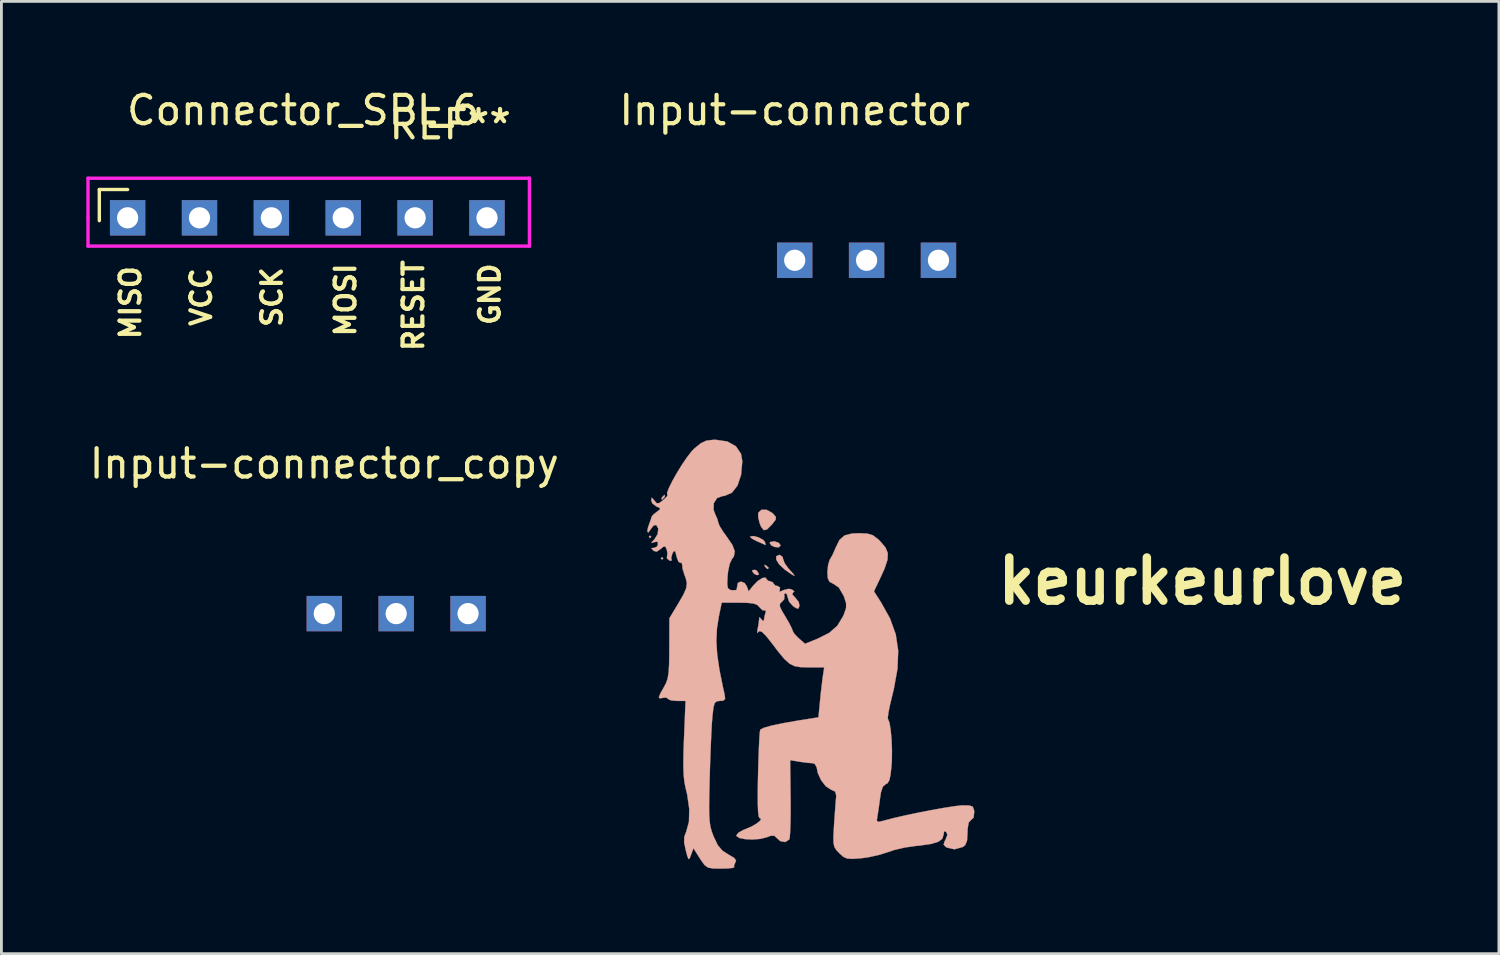
<source format=kicad_pcb>
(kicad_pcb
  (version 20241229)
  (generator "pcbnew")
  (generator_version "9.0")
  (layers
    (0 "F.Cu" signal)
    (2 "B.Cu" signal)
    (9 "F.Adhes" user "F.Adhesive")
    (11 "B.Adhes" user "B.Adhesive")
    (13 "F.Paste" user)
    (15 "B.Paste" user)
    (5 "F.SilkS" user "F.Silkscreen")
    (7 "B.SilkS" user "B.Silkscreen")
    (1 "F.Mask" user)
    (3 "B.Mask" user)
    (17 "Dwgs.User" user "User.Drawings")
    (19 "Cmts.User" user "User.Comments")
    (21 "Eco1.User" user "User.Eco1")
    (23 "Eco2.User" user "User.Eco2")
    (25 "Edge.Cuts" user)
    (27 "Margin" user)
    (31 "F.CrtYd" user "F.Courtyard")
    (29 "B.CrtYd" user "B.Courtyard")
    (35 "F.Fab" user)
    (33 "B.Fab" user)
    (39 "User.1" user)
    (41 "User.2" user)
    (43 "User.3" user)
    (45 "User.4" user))
  (footprint "Input-connector"
    (layer "F.Cu")
    (at 25.035 6.148)
    (property "Reference" "Input-connector" (at 0 -5.3 0) (layer "F.SilkS") (effects (font (size 1 1) (thickness 0.15))))
    (attr through_hole)
    (pad "1" thru_hole rect (at 0 0) (size 1.25 1.25) (drill 0.75) (layers "*.Cu" "*.Mask"))
    (pad "2" thru_hole rect (at 2.54 0) (size 1.25 1.25) (drill 0.75) (layers "*.Cu" "*.Mask"))
    (pad "3" thru_hole rect (at 5.08 0) (size 1.25 1.25) (drill 0.75) (layers "*.Cu" "*.Mask")))
  (footprint "Connector_SPI_6"
    (layer "F.Cu")
    (at 7.66 1.848)
    (property "Reference" "Connector_SPI_6" (at 0 -1 0) (layer "F.SilkS") (effects (font (size 1 1) (thickness 0.15))))
    (attr through_hole)
    (fp_line (start -7.2 1.8) (end -6.2 1.8) (stroke (width 0.12) (type solid)) (layer "F.SilkS"))
    (fp_line (start -7.2 2.9) (end -7.2 1.8) (stroke (width 0.12) (type solid)) (layer "F.SilkS"))
    (fp_line (start -7.6 1.4) (end 8 1.4) (stroke (width 0.12) (type solid)) (layer "F.CrtYd"))
    (fp_line (start -7.6 2.8) (end -7.6 1.4) (stroke (width 0.12) (type solid)) (layer "F.CrtYd"))
    (fp_line (start -7.6 3.8) (end -7.6 2.8) (stroke (width 0.12) (type solid)) (layer "F.CrtYd"))
    (fp_line (start 8 1.4) (end 8 3.8) (stroke (width 0.12) (type solid)) (layer "F.CrtYd"))
    (fp_line (start 8 3.8) (end -7.6 3.8) (stroke (width 0.12) (type solid)) (layer "F.CrtYd"))
    (fp_text user "SCK" (at -1.1 5.6 90) (layer "F.SilkS") (effects (font (size 0.7 0.7) (thickness 0.15))))
    (fp_text user "VCC" (at -3.6 5.6 90) (layer "F.SilkS") (effects (font (size 0.7 0.7) (thickness 0.15))))
    (fp_text user "RESET" (at 3.9 5.9 90) (layer "F.SilkS") (effects (font (size 0.7 0.7) (thickness 0.15))))
    (fp_text user "GND" (at 6.6 5.5 90) (layer "F.SilkS") (effects (font (size 0.7 0.7) (thickness 0.15))))
    (fp_text user "REF**" (at 5.2 -0.5 0) (layer "F.SilkS") (effects (font (size 1 1) (thickness 0.15))))
    (fp_text user "MISO" (at -6.1 5.8 90) (layer "F.SilkS") (effects (font (size 0.7 0.7) (thickness 0.15))))
    (fp_text user "MOSI" (at 1.5 5.7 90) (layer "F.SilkS") (effects (font (size 0.7 0.7) (thickness 0.15))))
    (pad "1" thru_hole rect (at -6.2 2.8) (size 1.25 1.25) (drill 0.75) (layers "*.Cu" "*.Mask"))
    (pad "2" thru_hole rect (at -3.66 2.8) (size 1.25 1.25) (drill 0.75) (layers "*.Cu" "*.Mask"))
    (pad "3" thru_hole rect (at -1.12 2.8) (size 1.25 1.25) (drill 0.75) (layers "*.Cu" "*.Mask"))
    (pad "4" thru_hole rect (at 1.42 2.8) (size 1.25 1.25) (drill 0.75) (layers "*.Cu" "*.Mask"))
    (pad "5" thru_hole rect (at 3.96 2.8) (size 1.25 1.25) (drill 0.75) (layers "*.Cu" "*.Mask"))
    (pad "6" thru_hole rect (at 6.5 2.8) (size 1.25 1.25) (drill 0.75) (layers "*.Cu" "*.Mask")))
  (footprint "Input-connector_copy"
    (layer "F.Cu")
    (at 8.411 18.635)
    (property "Reference" "Input-connector_copy" (at 0 -5.3 0) (layer "F.SilkS") (effects (font (size 1 1) (thickness 0.15))))
    (attr through_hole)
    (pad "1" thru_hole rect (at 0 0) (size 1.25 1.25) (drill 0.75) (layers "*.Cu" "*.Mask"))
    (pad "2" thru_hole rect (at 2.54 0) (size 1.25 1.25) (drill 0.75) (layers "*.Cu" "*.Mask"))
    (pad "3" thru_hole rect (at 5.08 0) (size 1.25 1.25) (drill 0.75) (layers "*.Cu" "*.Mask")))
  (footprint "keurkeurlove"
    (layer "F.Cu")
    (at 25.469 20.027)
    (property "Reference" "keurkeurlove" (at 13.97 -2.54 0) (layer "F.SilkS") (effects (font (size 1.524 1.524) (thickness 0.3))))
    (attr through_hole)
    (fp_poly (pts (xy -5.503 -4.106) (xy -5.546 -4.064) (xy -5.588 -4.106) (xy -5.546 -4.149) (xy -5.503 -4.106)) (stroke (width 0.01) (type solid)) (fill yes) (layer "B.SilkS"))
    (fp_poly (pts (xy -5.08 -3.344) (xy -5.122 -3.302) (xy -5.165 -3.344) (xy -5.122 -3.387) (xy -5.08 -3.344)) (stroke (width 0.01) (type solid)) (fill yes) (layer "B.SilkS"))
    (fp_poly (pts (xy -1.761 -2.896) (xy -1.695 -2.783) (xy -1.758 -2.75) (xy -1.863 -2.794) (xy -1.937 -2.887) (xy -1.922 -2.932) (xy -1.819 -2.937) (xy -1.761 -2.896)) (stroke (width 0.01) (type solid)) (fill yes) (layer "B.SilkS"))
    (fp_poly (pts (xy -1.452 -3.098) (xy -1.362 -3.02) (xy -1.355 -3.001) (xy -1.395 -2.966) (xy -1.479 -3.044) (xy -1.49 -3.061) (xy -1.5 -3.119) (xy -1.452 -3.098)) (stroke (width 0.01) (type solid)) (fill yes) (layer "B.SilkS"))
    (fp_poly (pts (xy -5.022 -5.533) (xy -5.038 -5.503) (xy -5.117 -5.422) (xy -5.132 -5.419) (xy -5.138 -5.473) (xy -5.122 -5.503) (xy -5.043 -5.584) (xy -5.028 -5.588) (xy -5.022 -5.533)) (stroke (width 0.01) (type solid)) (fill yes) (layer "B.SilkS"))
    (fp_poly (pts (xy -0.998 -3.893) (xy -0.931 -3.801) (xy -0.995 -3.734) (xy -1.144 -3.747) (xy -1.258 -3.801) (xy -1.32 -3.888) (xy -1.287 -3.927) (xy -1.146 -3.946) (xy -0.998 -3.893)) (stroke (width 0.01) (type solid)) (fill yes) (layer "B.SilkS"))
    (fp_poly (pts (xy -1.711 -4.086) (xy -1.55 -3.999) (xy -1.49 -3.929) (xy -1.46 -3.828) (xy -1.463 -3.817) (xy -1.545 -3.852) (xy -1.722 -3.929) (xy -1.767 -3.948) (xy -1.94 -4.038) (xy -2.012 -4.105) (xy -2.01 -4.115) (xy -1.89 -4.134) (xy -1.711 -4.086)) (stroke (width 0.01) (type solid)) (fill yes) (layer "B.SilkS"))
    (fp_poly (pts (xy -0.865 -3.402) (xy -0.847 -3.328) (xy -0.791 -3.176) (xy -0.654 -2.985) (xy -0.619 -2.947) (xy -0.47 -2.782) (xy -0.441 -2.725) (xy -0.537 -2.774) (xy -0.76 -2.93) (xy -0.781 -2.945) (xy -0.979 -3.126) (xy -1.085 -3.296) (xy -1.087 -3.422) (xy -0.974 -3.471) (xy -0.865 -3.402)) (stroke (width 0.01) (type solid)) (fill yes) (layer "B.SilkS"))
    (fp_poly (pts (xy -1.422 -5.059) (xy -1.225 -4.949) (xy -1.199 -4.924) (xy -1.102 -4.812) (xy -1.104 -4.717) (xy -1.212 -4.573) (xy -1.237 -4.543) (xy -1.41 -4.369) (xy -1.527 -4.34) (xy -1.621 -4.46) (xy -1.67 -4.578) (xy -1.725 -4.795) (xy -1.723 -4.957) (xy -1.722 -4.959) (xy -1.606 -5.064) (xy -1.422 -5.059)) (stroke (width 0.01) (type solid)) (fill yes) (layer "B.SilkS"))
    (fp_poly (pts (xy -2.816 -7.475) (xy -2.512 -7.305) (xy -2.331 -7.039) (xy -2.286 -6.776) (xy -2.33 -6.292) (xy -2.456 -5.916) (xy -2.654 -5.663) (xy -2.916 -5.552) (xy -2.975 -5.548) (xy -3.178 -5.475) (xy -3.294 -5.296) (xy -3.301 -5.059) (xy -3.251 -4.924) (xy -3.166 -4.73) (xy -3.133 -4.6) (xy -3.085 -4.482) (xy -2.96 -4.283) (xy -2.836 -4.112) (xy -2.634 -3.815) (xy -2.552 -3.595) (xy -2.583 -3.417) (xy -2.659 -3.309) (xy -2.731 -3.152) (xy -2.787 -2.894) (xy -2.807 -2.709) (xy -2.818 -2.441) (xy -2.798 -2.298) (xy -2.731 -2.236) (xy -2.641 -2.216) (xy -2.495 -2.225) (xy -2.47 -2.33) (xy -2.471 -2.34) (xy -2.442 -2.479) (xy -2.331 -2.524) (xy -2.202 -2.471) (xy -2.131 -2.366) (xy -2.062 -2.179) (xy -1.899 -2.385) (xy -1.742 -2.544) (xy -1.584 -2.646) (xy -1.47 -2.67) (xy -1.439 -2.622) (xy -1.371 -2.549) (xy -1.312 -2.54) (xy -1.2 -2.494) (xy -1.185 -2.455) (xy -1.116 -2.382) (xy -1.049 -2.371) (xy -0.953 -2.318) (xy -0.961 -2.245) (xy -0.974 -2.164) (xy -0.886 -2.197) (xy -0.855 -2.216) (xy -0.649 -2.268) (xy -0.54 -2.247) (xy -0.446 -2.181) (xy -0.487 -2.142) (xy -0.524 -2.075) (xy -0.414 -1.957) (xy -0.291 -1.8) (xy -0.266 -1.666) (xy -0.302 -1.57) (xy -0.382 -1.584) (xy -0.487 -1.653) (xy -0.63 -1.81) (xy -0.677 -1.952) (xy -0.716 -2.087) (xy -0.767 -2.117) (xy -0.814 -2.063) (xy -0.796 -2.019) (xy -0.806 -1.899) (xy -0.881 -1.816) (xy -0.954 -1.744) (xy -0.961 -1.653) (xy -0.891 -1.499) (xy -0.766 -1.29) (xy -0.626 -1.05) (xy -0.533 -0.864) (xy -0.508 -0.789) (xy -0.45 -0.683) (xy -0.307 -0.534) (xy -0.288 -0.517) (xy -0.068 -0.326) (xy 0.38 -0.508) (xy 0.789 -0.714) (xy 1.073 -0.965) (xy 1.277 -1.303) (xy 1.305 -1.367) (xy 1.38 -1.583) (xy 1.382 -1.76) (xy 1.31 -1.987) (xy 1.298 -2.018) (xy 1.124 -2.315) (xy 0.941 -2.439) (xy 0.796 -2.516) (xy 0.733 -2.647) (xy 0.722 -2.857) (xy 0.745 -3.104) (xy 0.798 -3.288) (xy 0.814 -3.313) (xy 0.903 -3.468) (xy 1.003 -3.694) (xy 1.015 -3.725) (xy 1.148 -3.997) (xy 1.324 -4.153) (xy 1.587 -4.222) (xy 1.845 -4.233) (xy 2.132 -4.22) (xy 2.327 -4.162) (xy 2.505 -4.028) (xy 2.591 -3.945) (xy 2.771 -3.734) (xy 2.856 -3.53) (xy 2.845 -3.293) (xy 2.741 -2.982) (xy 2.623 -2.719) (xy 2.367 -2.179) (xy 2.618 -1.788) (xy 2.937 -1.215) (xy 3.137 -0.658) (xy 3.223 -0.08) (xy 3.199 0.553) (xy 3.068 1.276) (xy 3.014 1.499) (xy 2.932 1.839) (xy 2.877 2.115) (xy 2.855 2.287) (xy 2.86 2.324) (xy 2.913 2.458) (xy 2.957 2.716) (xy 2.988 3.056) (xy 3.003 3.433) (xy 2.999 3.803) (xy 2.989 3.97) (xy 2.952 4.307) (xy 2.906 4.509) (xy 2.84 4.609) (xy 2.787 4.634) (xy 2.683 4.718) (xy 2.614 4.924) (xy 2.585 5.109) (xy 2.544 5.412) (xy 2.504 5.682) (xy 2.487 5.774) (xy 2.468 5.925) (xy 2.521 5.969) (xy 2.686 5.932) (xy 2.725 5.921) (xy 3.048 5.836) (xy 3.463 5.741) (xy 3.928 5.643) (xy 4.402 5.551) (xy 4.844 5.472) (xy 5.212 5.414) (xy 5.466 5.385) (xy 5.503 5.384) (xy 5.739 5.388) (xy 5.856 5.431) (xy 5.901 5.54) (xy 5.911 5.61) (xy 5.887 5.82) (xy 5.805 5.894) (xy 5.716 5.99) (xy 5.677 6.21) (xy 5.673 6.356) (xy 5.656 6.631) (xy 5.593 6.787) (xy 5.509 6.855) (xy 5.211 6.937) (xy 4.934 6.873) (xy 4.911 6.859) (xy 4.829 6.775) (xy 4.863 6.653) (xy 4.896 6.597) (xy 4.962 6.422) (xy 4.918 6.323) (xy 4.847 6.297) (xy 4.826 6.42) (xy 4.784 6.564) (xy 4.643 6.67) (xy 4.383 6.748) (xy 3.981 6.806) (xy 3.832 6.82) (xy 3.459 6.874) (xy 3.085 6.961) (xy 2.855 7.038) (xy 2.538 7.138) (xy 2.156 7.221) (xy 1.91 7.254) (xy 1.61 7.276) (xy 1.42 7.264) (xy 1.285 7.204) (xy 1.148 7.082) (xy 1.139 7.073) (xy 1.033 6.96) (xy 0.968 6.853) (xy 0.937 6.712) (xy 0.934 6.494) (xy 0.951 6.162) (xy 0.96 6.024) (xy 0.985 5.652) (xy 1.009 5.331) (xy 1.028 5.107) (xy 1.035 5.044) (xy 0.993 4.897) (xy 0.847 4.828) (xy 0.667 4.713) (xy 0.497 4.493) (xy 0.377 4.229) (xy 0.343 4.043) (xy 0.27 3.916) (xy 0.191 3.894) (xy 0.01 3.88) (xy -0.239 3.846) (xy -0.276 3.84) (xy -0.595 3.787) (xy -0.579 5.137) (xy -0.577 5.603) (xy -0.583 6.013) (xy -0.595 6.334) (xy -0.612 6.537) (xy -0.625 6.588) (xy -0.765 6.681) (xy -0.942 6.649) (xy -1.059 6.547) (xy -1.156 6.457) (xy -1.289 6.462) (xy -1.416 6.51) (xy -1.644 6.569) (xy -1.917 6.591) (xy -2.183 6.579) (xy -2.393 6.536) (xy -2.495 6.465) (xy -2.498 6.448) (xy -2.425 6.352) (xy -2.243 6.25) (xy -2.168 6.221) (xy -1.954 6.129) (xy -1.769 6.02) (xy -1.648 5.92) (xy -1.624 5.854) (xy -1.668 5.842) (xy -1.704 5.787) (xy -1.728 5.612) (xy -1.739 5.306) (xy -1.74 4.854) (xy -1.73 4.312) (xy -1.717 3.819) (xy -1.701 3.383) (xy -1.684 3.034) (xy -1.667 2.801) (xy -1.653 2.712) (xy -1.534 2.646) (xy -1.26 2.567) (xy -0.841 2.479) (xy -0.291 2.383) (xy -0.2 2.369) (xy 0.405 2.274) (xy 0.459 1.708) (xy 0.495 1.358) (xy 0.534 1.026) (xy 0.56 0.826) (xy 0.608 0.508) (xy 0.059 0.508) (xy -0.224 0.501) (xy -0.437 0.465) (xy -0.616 0.377) (xy -0.797 0.215) (xy -1.014 -0.045) (xy -1.227 -0.326) (xy -1.443 -0.599) (xy -1.587 -0.744) (xy -1.677 -0.776) (xy -1.712 -0.749) (xy -1.761 -0.71) (xy -1.749 -0.823) (xy -1.744 -0.847) (xy -1.705 -1.061) (xy -1.693 -1.185) (xy -1.68 -1.27) (xy -1.622 -1.206) (xy -1.609 -1.185) (xy -1.541 -1.122) (xy -1.525 -1.157) (xy -1.497 -1.318) (xy -1.468 -1.411) (xy -1.451 -1.509) (xy -1.482 -1.503) (xy -1.575 -1.514) (xy -1.669 -1.609) (xy -1.759 -1.7) (xy -1.898 -1.751) (xy -2.13 -1.774) (xy -2.401 -1.778) (xy -3.014 -1.778) (xy -3.116 -1.286) (xy -3.183 -0.861) (xy -3.203 -0.428) (xy -3.174 0.047) (xy -3.093 0.6) (xy -2.957 1.267) (xy -2.913 1.46) (xy -2.893 1.627) (xy -2.967 1.687) (xy -3.073 1.693) (xy -3.191 1.706) (xy -3.262 1.77) (xy -3.305 1.923) (xy -3.339 2.205) (xy -3.341 2.223) (xy -3.361 2.478) (xy -3.382 2.865) (xy -3.403 3.344) (xy -3.423 3.88) (xy -3.438 4.393) (xy -3.452 4.966) (xy -3.459 5.398) (xy -3.455 5.719) (xy -3.44 5.958) (xy -3.411 6.143) (xy -3.367 6.305) (xy -3.305 6.47) (xy -3.296 6.493) (xy -3.151 6.793) (xy -2.988 6.986) (xy -2.776 7.121) (xy -2.571 7.243) (xy -2.506 7.337) (xy -2.533 7.4) (xy -2.583 7.521) (xy -2.567 7.564) (xy -2.614 7.593) (xy -2.791 7.613) (xy -3.033 7.62) (xy -3.322 7.615) (xy -3.498 7.583) (xy -3.618 7.497) (xy -3.74 7.329) (xy -3.784 7.26) (xy -4.013 6.9) (xy -4.098 7.135) (xy -4.15 7.266) (xy -4.188 7.282) (xy -4.233 7.167) (xy -4.286 6.965) (xy -4.343 6.687) (xy -4.335 6.489) (xy -4.269 6.316) (xy -4.172 5.965) (xy -4.161 5.511) (xy -4.235 4.997) (xy -4.277 4.826) (xy -4.327 4.593) (xy -4.358 4.322) (xy -4.37 3.981) (xy -4.365 3.534) (xy -4.347 3.027) (xy -4.292 1.693) (xy -4.601 1.693) (xy -4.802 1.675) (xy -4.907 1.629) (xy -4.911 1.617) (xy -4.978 1.573) (xy -5.08 1.584) (xy -5.202 1.605) (xy -5.237 1.563) (xy -5.183 1.43) (xy -5.059 1.211) (xy -4.978 1.057) (xy -4.923 0.895) (xy -4.89 0.686) (xy -4.873 0.395) (xy -4.866 -0.017) (xy -4.866 -0.169) (xy -4.863 -1.228) (xy -4.548 -1.75) (xy -4.366 -2.066) (xy -4.269 -2.29) (xy -4.246 -2.47) (xy -4.288 -2.654) (xy -4.332 -2.767) (xy -4.397 -2.975) (xy -4.411 -3.12) (xy -4.436 -3.195) (xy -4.471 -3.185) (xy -4.54 -3.223) (xy -4.601 -3.38) (xy -4.608 -3.409) (xy -4.653 -3.582) (xy -4.698 -3.606) (xy -4.75 -3.534) (xy -4.798 -3.375) (xy -4.784 -3.302) (xy -4.798 -3.255) (xy -4.863 -3.27) (xy -4.953 -3.349) (xy -4.947 -3.396) (xy -4.932 -3.531) (xy -4.955 -3.648) (xy -5.006 -3.766) (xy -5.079 -3.755) (xy -5.174 -3.674) (xy -5.316 -3.579) (xy -5.422 -3.613) (xy -5.442 -3.632) (xy -5.5 -3.711) (xy -5.424 -3.71) (xy -5.306 -3.755) (xy -5.269 -3.831) (xy -5.278 -3.935) (xy -5.391 -3.92) (xy -5.495 -3.887) (xy -5.476 -3.931) (xy -5.397 -4.011) (xy -5.28 -4.199) (xy -5.254 -4.393) (xy -5.329 -4.527) (xy -5.33 -4.527) (xy -5.425 -4.502) (xy -5.506 -4.398) (xy -5.599 -4.265) (xy -5.642 -4.278) (xy -5.626 -4.413) (xy -5.584 -4.539) (xy -5.517 -4.724) (xy -5.486 -4.826) (xy -5.486 -4.826) (xy -5.421 -4.901) (xy -5.309 -4.988) (xy -5.19 -5.081) (xy -5.214 -5.133) (xy -5.32 -5.176) (xy -5.465 -5.286) (xy -5.503 -5.39) (xy -5.494 -5.488) (xy -5.441 -5.448) (xy -5.394 -5.386) (xy -5.308 -5.291) (xy -5.219 -5.301) (xy -5.076 -5.409) (xy -4.953 -5.527) (xy -4.928 -5.584) (xy -4.933 -5.585) (xy -4.947 -5.652) (xy -4.884 -5.825) (xy -4.762 -6.072) (xy -4.601 -6.359) (xy -4.419 -6.654) (xy -4.235 -6.925) (xy -4.068 -7.138) (xy -3.986 -7.223) (xy -3.754 -7.412) (xy -3.555 -7.505) (xy -3.312 -7.534) (xy -3.224 -7.535) (xy -2.816 -7.475)) (stroke (width 0.01) (type solid)) (fill yes) (layer "B.SilkS")))
  (gr_rect
    (start -3 -3)
    (end 49.921 30.652)
    (stroke (width 0.1) (type default))
    (fill no)
    (layer "Edge.Cuts")))
</source>
